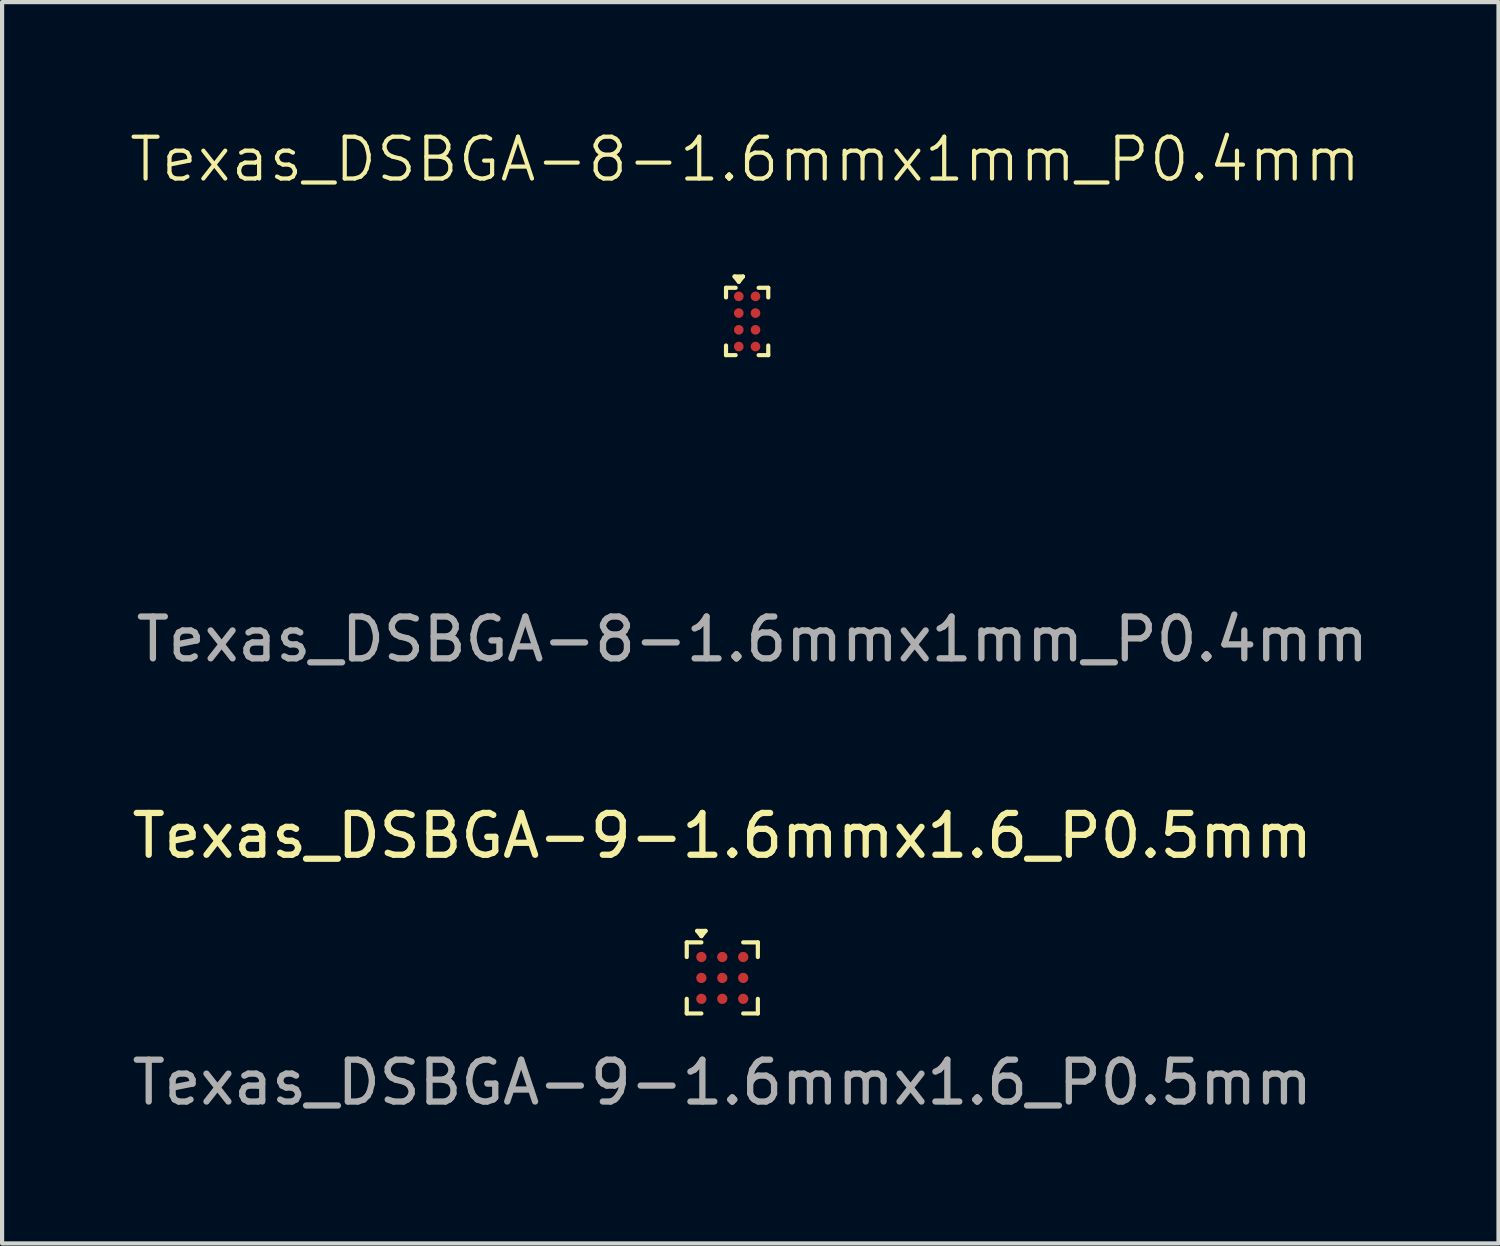
<source format=kicad_pcb>
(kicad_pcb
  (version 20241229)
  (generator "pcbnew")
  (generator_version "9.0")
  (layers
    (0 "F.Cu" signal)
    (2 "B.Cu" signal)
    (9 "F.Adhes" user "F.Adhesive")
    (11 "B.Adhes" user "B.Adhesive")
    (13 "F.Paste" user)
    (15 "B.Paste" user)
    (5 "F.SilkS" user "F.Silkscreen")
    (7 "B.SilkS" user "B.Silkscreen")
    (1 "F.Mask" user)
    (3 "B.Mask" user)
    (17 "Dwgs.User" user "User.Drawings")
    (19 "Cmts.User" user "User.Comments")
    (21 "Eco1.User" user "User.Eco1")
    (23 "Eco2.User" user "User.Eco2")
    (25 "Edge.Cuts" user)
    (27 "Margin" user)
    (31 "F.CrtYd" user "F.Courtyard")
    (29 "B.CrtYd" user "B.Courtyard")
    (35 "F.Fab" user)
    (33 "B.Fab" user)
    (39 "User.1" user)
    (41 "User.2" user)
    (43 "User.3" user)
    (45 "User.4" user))
  (footprint "Texas_DSBGA-9-1.6mmx1.6_P0.5mm"
    (layer "F.Cu")
    (at 14.22 20.332)
    (property "Reference" "Texas_DSBGA-9-1.6mmx1.6_P0.5mm" (at 0 -3.4 0) (unlocked yes) (layer "F.SilkS") (effects (font (size 1 1) (thickness 0.15))))
    (attr smd)
    (fp_line (start -0.85 -0.85) (end -0.85 -0.5) (stroke (width 0.1) (type default)) (layer "F.SilkS"))
    (fp_line (start -0.85 0.5) (end -0.85 0.85) (stroke (width 0.1) (type default)) (layer "F.SilkS"))
    (fp_line (start -0.6 -1.125) (end -0.4 -1.125) (stroke (width 0.1) (type default)) (layer "F.SilkS"))
    (fp_line (start -0.5 -1) (end -0.6 -1.125) (stroke (width 0.1) (type default)) (layer "F.SilkS"))
    (fp_line (start -0.5 -1) (end -0.4 -1.125) (stroke (width 0.1) (type default)) (layer "F.SilkS"))
    (fp_line (start -0.5 -0.85) (end -0.85 -0.85) (stroke (width 0.1) (type default)) (layer "F.SilkS"))
    (fp_line (start -0.5 0.85) (end -0.85 0.85) (stroke (width 0.1) (type default)) (layer "F.SilkS"))
    (fp_line (start 0.5 -0.85) (end 0.85 -0.85) (stroke (width 0.1) (type default)) (layer "F.SilkS"))
    (fp_line (start 0.5 0.85) (end 0.85 0.85) (stroke (width 0.1) (type default)) (layer "F.SilkS"))
    (fp_line (start 0.85 -0.5) (end 0.85 -0.85) (stroke (width 0.1) (type default)) (layer "F.SilkS"))
    (fp_line (start 0.85 0.85) (end 0.85 0.5) (stroke (width 0.1) (type default)) (layer "F.SilkS"))
    (fp_rect (start -0.625 -0.625) (end -0.375 -0.375) (stroke (width 0) (type solid)) (fill yes) (layer "F.Paste"))
    (fp_rect (start -0.625 -0.125) (end -0.375 0.125) (stroke (width 0) (type solid)) (fill yes) (layer "F.Paste"))
    (fp_rect (start -0.625 0.375) (end -0.375 0.625) (stroke (width 0) (type solid)) (fill yes) (layer "F.Paste"))
    (fp_rect (start -0.125 -0.625) (end 0.125 -0.375) (stroke (width 0) (type solid)) (fill yes) (layer "F.Paste"))
    (fp_rect (start -0.125 -0.125) (end 0.125 0.125) (stroke (width 0) (type solid)) (fill yes) (layer "F.Paste"))
    (fp_rect (start -0.125 0.375) (end 0.125 0.625) (stroke (width 0) (type solid)) (fill yes) (layer "F.Paste"))
    (fp_rect (start 0.375 -0.625) (end 0.625 -0.375) (stroke (width 0) (type solid)) (fill yes) (layer "F.Paste"))
    (fp_rect (start 0.375 -0.125) (end 0.625 0.125) (stroke (width 0) (type solid)) (fill yes) (layer "F.Paste"))
    (fp_rect (start 0.375 0.375) (end 0.625 0.625) (stroke (width 0) (type solid)) (fill yes) (layer "F.Paste"))
    (fp_text user "${REFERENCE}" (at 0 2.5 0) (unlocked yes) (layer "F.Fab") (effects (font (size 1 1) (thickness 0.15))))
    (pad "A1" smd circle (at -0.5 -0.5) (size 0.245 0.245) (layers "F.Cu" "F.Mask"))
    (pad "A2" smd circle (at 0 -0.5) (size 0.245 0.245) (layers "F.Cu" "F.Mask"))
    (pad "A3" smd circle (at 0.5 -0.5) (size 0.245 0.245) (layers "F.Cu" "F.Mask"))
    (pad "B1" smd circle (at -0.5 0) (size 0.245 0.245) (layers "F.Cu" "F.Mask"))
    (pad "B2" smd circle (at 0 0) (size 0.245 0.245) (layers "F.Cu" "F.Mask"))
    (pad "B3" smd circle (at 0.5 0) (size 0.245 0.245) (layers "F.Cu" "F.Mask"))
    (pad "C1" smd circle (at -0.5 0.5) (size 0.245 0.245) (layers "F.Cu" "F.Mask"))
    (pad "C2" smd circle (at 0 0.5) (size 0.245 0.245) (layers "F.Cu" "F.Mask"))
    (pad "C3" smd circle (at 0.5 0.5) (size 0.245 0.245) (layers "F.Cu" "F.Mask")))
  (footprint "Texas_DSBGA-8-1.6mmx1mm_P0.4mm"
    (layer "F.Cu")
    (at 14.814 4.636)
    (property "Reference" "Texas_DSBGA-8-1.6mmx1mm_P0.4mm" (at -0.05 -3.875 0) (unlocked yes) (layer "F.SilkS") (effects (font (size 1 1) (thickness 0.1))))
    (attr smd)
    (fp_line (start -0.505 -0.805) (end -0.275 -0.805) (stroke (width 0.1) (type default)) (layer "F.SilkS"))
    (fp_line (start -0.505 -0.575) (end -0.505 -0.805) (stroke (width 0.1) (type default)) (layer "F.SilkS"))
    (fp_line (start -0.505 0.805) (end -0.505 0.575) (stroke (width 0.1) (type default)) (layer "F.SilkS"))
    (fp_line (start -0.505 0.805) (end -0.275 0.805) (stroke (width 0.1) (type default)) (layer "F.SilkS"))
    (fp_line (start -0.3 -1.075) (end -0.1 -1.075) (stroke (width 0.1) (type default)) (layer "F.SilkS"))
    (fp_line (start -0.2 -0.95) (end -0.3 -1.075) (stroke (width 0.1) (type default)) (layer "F.SilkS"))
    (fp_line (start -0.2 -0.95) (end -0.1 -1.075) (stroke (width 0.1) (type default)) (layer "F.SilkS"))
    (fp_line (start 0.275 -0.805) (end 0.505 -0.805) (stroke (width 0.1) (type default)) (layer "F.SilkS"))
    (fp_line (start 0.275 0.805) (end 0.505 0.805) (stroke (width 0.1) (type default)) (layer "F.SilkS"))
    (fp_line (start 0.505 -0.575) (end 0.505 -0.805) (stroke (width 0.1) (type default)) (layer "F.SilkS"))
    (fp_line (start 0.505 0.805) (end 0.505 0.575) (stroke (width 0.1) (type default)) (layer "F.SilkS"))
    (fp_rect (start -0.325 -0.725) (end -0.075 -0.475) (stroke (width 0) (type solid)) (fill yes) (layer "F.Paste"))
    (fp_rect (start -0.325 -0.325) (end -0.075 -0.075) (stroke (width 0) (type solid)) (fill yes) (layer "F.Paste"))
    (fp_rect (start -0.325 0.075) (end -0.075 0.325) (stroke (width 0) (type solid)) (fill yes) (layer "F.Paste"))
    (fp_rect (start -0.325 0.475) (end -0.075 0.725) (stroke (width 0) (type solid)) (fill yes) (layer "F.Paste"))
    (fp_rect (start 0.075 -0.725) (end 0.325 -0.475) (stroke (width 0) (type solid)) (fill yes) (layer "F.Paste"))
    (fp_rect (start 0.075 -0.325) (end 0.325 -0.075) (stroke (width 0) (type solid)) (fill yes) (layer "F.Paste"))
    (fp_rect (start 0.075 0.075) (end 0.325 0.325) (stroke (width 0) (type solid)) (fill yes) (layer "F.Paste"))
    (fp_rect (start 0.075 0.475) (end 0.325 0.725) (stroke (width 0) (type solid)) (fill yes) (layer "F.Paste"))
    (fp_text user "${REFERENCE}" (at 0.125 7.6 0) (unlocked yes) (layer "F.Fab") (effects (font (size 1 1) (thickness 0.15))))
    (pad "A1" smd circle (at -0.2 -0.6) (size 0.23 0.23) (layers "F.Cu" "F.Mask"))
    (pad "A2" smd circle (at 0.2 -0.6) (size 0.23 0.23) (layers "F.Cu" "F.Mask"))
    (pad "B1" smd circle (at -0.2 -0.2) (size 0.23 0.23) (layers "F.Cu" "F.Mask"))
    (pad "B2" smd circle (at 0.2 -0.2) (size 0.23 0.23) (layers "F.Cu" "F.Mask"))
    (pad "C1" smd circle (at -0.2 0.2) (size 0.23 0.23) (layers "F.Cu" "F.Mask"))
    (pad "C2" smd circle (at 0.2 0.2) (size 0.23 0.23) (layers "F.Cu" "F.Mask"))
    (pad "D1" smd circle (at -0.2 0.6) (size 0.23 0.23) (layers "F.Cu" "F.Mask"))
    (pad "D2" smd circle (at 0.2 0.6) (size 0.23 0.23) (layers "F.Cu" "F.Mask")))
  (gr_rect
    (start -3 -3)
    (end 32.779 26.68)
    (stroke (width 0.1) (type default))
    (fill no)
    (layer "Edge.Cuts")))
</source>
